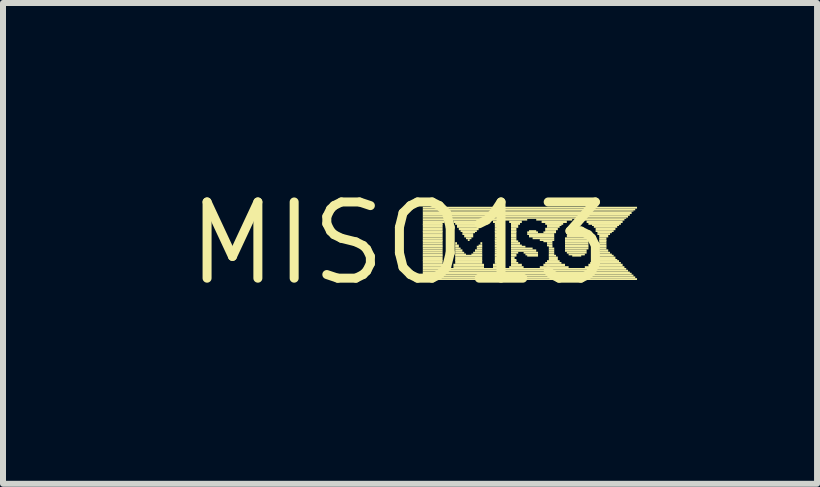
<source format=kicad_pcb>
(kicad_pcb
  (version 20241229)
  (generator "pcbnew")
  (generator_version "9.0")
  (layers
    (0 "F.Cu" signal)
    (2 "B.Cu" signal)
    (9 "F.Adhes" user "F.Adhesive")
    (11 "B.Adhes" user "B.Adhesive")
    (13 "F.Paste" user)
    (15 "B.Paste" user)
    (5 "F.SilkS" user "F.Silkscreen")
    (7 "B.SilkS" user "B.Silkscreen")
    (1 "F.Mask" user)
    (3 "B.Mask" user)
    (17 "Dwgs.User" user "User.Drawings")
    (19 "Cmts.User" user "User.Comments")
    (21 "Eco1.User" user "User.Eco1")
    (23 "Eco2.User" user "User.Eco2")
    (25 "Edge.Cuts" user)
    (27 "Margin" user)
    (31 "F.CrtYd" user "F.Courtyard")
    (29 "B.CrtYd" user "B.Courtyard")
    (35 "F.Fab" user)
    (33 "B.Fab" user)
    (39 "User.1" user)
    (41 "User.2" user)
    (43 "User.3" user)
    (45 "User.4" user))
  (footprint "MISO13"
    (layer "F.Cu")
    (at 3.606 1.006)
    (property "Reference" "MISO13" (at 0 0 0) (layer "F.SilkS") (effects (font (size 1.27 1.27) (thickness 0.15))))
    (attr through_hole)
    (fp_poly (pts (xy 0.39 -0.58) (xy 3.96 -0.58) (xy 3.96 -0.61) (xy 0.39 -0.61)) (stroke (width 0) (type solid)) (fill yes) (layer "F.SilkS"))
    (fp_poly (pts (xy 0.39 -0.55) (xy 3.93 -0.55) (xy 3.93 -0.58) (xy 0.39 -0.58)) (stroke (width 0) (type solid)) (fill yes) (layer "F.SilkS"))
    (fp_poly (pts (xy 0.39 -0.53) (xy 3.9 -0.53) (xy 3.9 -0.55) (xy 0.39 -0.55)) (stroke (width 0) (type solid)) (fill yes) (layer "F.SilkS"))
    (fp_poly (pts (xy 0.39 -0.49) (xy 3.87 -0.49) (xy 3.87 -0.53) (xy 0.39 -0.53)) (stroke (width 0) (type solid)) (fill yes) (layer "F.SilkS"))
    (fp_poly (pts (xy 0.39 -0.46) (xy 3.84 -0.46) (xy 3.84 -0.49) (xy 0.39 -0.49)) (stroke (width 0) (type solid)) (fill yes) (layer "F.SilkS"))
    (fp_poly (pts (xy 0.39 -0.43) (xy 3.81 -0.43) (xy 3.81 -0.46) (xy 0.39 -0.46)) (stroke (width 0) (type solid)) (fill yes) (layer "F.SilkS"))
    (fp_poly (pts (xy 0.39 -0.41) (xy 3.78 -0.41) (xy 3.78 -0.43) (xy 0.39 -0.43)) (stroke (width 0) (type solid)) (fill yes) (layer "F.SilkS"))
    (fp_poly (pts (xy 0.39 -0.38) (xy 2.13 -0.38) (xy 2.13 -0.41) (xy 0.39 -0.41)) (stroke (width 0) (type solid)) (fill yes) (layer "F.SilkS"))
    (fp_poly (pts (xy 0.39 -0.34) (xy 0.75 -0.34) (xy 0.75 -0.38) (xy 0.39 -0.38)) (stroke (width 0) (type solid)) (fill yes) (layer "F.SilkS"))
    (fp_poly (pts (xy 0.39 -0.31) (xy 0.72 -0.31) (xy 0.72 -0.34) (xy 0.39 -0.34)) (stroke (width 0) (type solid)) (fill yes) (layer "F.SilkS"))
    (fp_poly (pts (xy 0.39 -0.29) (xy 0.72 -0.29) (xy 0.72 -0.32) (xy 0.39 -0.32)) (stroke (width 0) (type solid)) (fill yes) (layer "F.SilkS"))
    (fp_poly (pts (xy 0.39 -0.26) (xy 0.72 -0.26) (xy 0.72 -0.29) (xy 0.39 -0.29)) (stroke (width 0) (type solid)) (fill yes) (layer "F.SilkS"))
    (fp_poly (pts (xy 0.39 -0.22) (xy 0.72 -0.22) (xy 0.72 -0.26) (xy 0.39 -0.26)) (stroke (width 0) (type solid)) (fill yes) (layer "F.SilkS"))
    (fp_poly (pts (xy 0.39 -0.19) (xy 0.72 -0.19) (xy 0.72 -0.22) (xy 0.39 -0.22)) (stroke (width 0) (type solid)) (fill yes) (layer "F.SilkS"))
    (fp_poly (pts (xy 0.39 -0.17) (xy 0.72 -0.17) (xy 0.72 -0.2) (xy 0.39 -0.2)) (stroke (width 0) (type solid)) (fill yes) (layer "F.SilkS"))
    (fp_poly (pts (xy 0.39 -0.14) (xy 0.72 -0.14) (xy 0.72 -0.17) (xy 0.39 -0.17)) (stroke (width 0) (type solid)) (fill yes) (layer "F.SilkS"))
    (fp_poly (pts (xy 0.39 -0.1) (xy 0.72 -0.1) (xy 0.72 -0.14) (xy 0.39 -0.14)) (stroke (width 0) (type solid)) (fill yes) (layer "F.SilkS"))
    (fp_poly (pts (xy 0.39 -0.07) (xy 0.72 -0.07) (xy 0.72 -0.1) (xy 0.39 -0.1)) (stroke (width 0) (type solid)) (fill yes) (layer "F.SilkS"))
    (fp_poly (pts (xy 0.39 -0.04) (xy 0.72 -0.04) (xy 0.72 -0.07) (xy 0.39 -0.07)) (stroke (width 0) (type solid)) (fill yes) (layer "F.SilkS"))
    (fp_poly (pts (xy 0.39 -0.02) (xy 0.72 -0.02) (xy 0.72 -0.05) (xy 0.39 -0.05)) (stroke (width 0) (type solid)) (fill yes) (layer "F.SilkS"))
    (fp_poly (pts (xy 0.39 0.02) (xy 0.72 0.02) (xy 0.72 -0.02) (xy 0.39 -0.02)) (stroke (width 0) (type solid)) (fill yes) (layer "F.SilkS"))
    (fp_poly (pts (xy 0.39 0.05) (xy 0.72 0.05) (xy 0.72 0.02) (xy 0.39 0.02)) (stroke (width 0) (type solid)) (fill yes) (layer "F.SilkS"))
    (fp_poly (pts (xy 0.39 0.07) (xy 0.72 0.07) (xy 0.72 0.04) (xy 0.39 0.04)) (stroke (width 0) (type solid)) (fill yes) (layer "F.SilkS"))
    (fp_poly (pts (xy 0.39 0.1) (xy 0.72 0.1) (xy 0.72 0.07) (xy 0.39 0.07)) (stroke (width 0) (type solid)) (fill yes) (layer "F.SilkS"))
    (fp_poly (pts (xy 0.39 0.14) (xy 0.72 0.14) (xy 0.72 0.1) (xy 0.39 0.1)) (stroke (width 0) (type solid)) (fill yes) (layer "F.SilkS"))
    (fp_poly (pts (xy 0.39 0.17) (xy 0.72 0.17) (xy 0.72 0.14) (xy 0.39 0.14)) (stroke (width 0) (type solid)) (fill yes) (layer "F.SilkS"))
    (fp_poly (pts (xy 0.39 0.2) (xy 0.72 0.2) (xy 0.72 0.17) (xy 0.39 0.17)) (stroke (width 0) (type solid)) (fill yes) (layer "F.SilkS"))
    (fp_poly (pts (xy 0.39 0.22) (xy 0.72 0.22) (xy 0.72 0.19) (xy 0.39 0.19)) (stroke (width 0) (type solid)) (fill yes) (layer "F.SilkS"))
    (fp_poly (pts (xy 0.39 0.26) (xy 0.72 0.26) (xy 0.72 0.22) (xy 0.39 0.22)) (stroke (width 0) (type solid)) (fill yes) (layer "F.SilkS"))
    (fp_poly (pts (xy 0.39 0.29) (xy 0.72 0.29) (xy 0.72 0.26) (xy 0.39 0.26)) (stroke (width 0) (type solid)) (fill yes) (layer "F.SilkS"))
    (fp_poly (pts (xy 0.39 0.31) (xy 0.72 0.31) (xy 0.72 0.28) (xy 0.39 0.28)) (stroke (width 0) (type solid)) (fill yes) (layer "F.SilkS"))
    (fp_poly (pts (xy 0.39 0.34) (xy 0.72 0.34) (xy 0.72 0.31) (xy 0.39 0.31)) (stroke (width 0) (type solid)) (fill yes) (layer "F.SilkS"))
    (fp_poly (pts (xy 0.39 0.38) (xy 0.75 0.38) (xy 0.75 0.34) (xy 0.39 0.34)) (stroke (width 0) (type solid)) (fill yes) (layer "F.SilkS"))
    (fp_poly (pts (xy 0.39 0.41) (xy 0.75 0.41) (xy 0.75 0.38) (xy 0.39 0.38)) (stroke (width 0) (type solid)) (fill yes) (layer "F.SilkS"))
    (fp_poly (pts (xy 0.39 0.44) (xy 3.78 0.44) (xy 3.78 0.41) (xy 0.39 0.41)) (stroke (width 0) (type solid)) (fill yes) (layer "F.SilkS"))
    (fp_poly (pts (xy 0.39 0.47) (xy 3.81 0.47) (xy 3.81 0.44) (xy 0.39 0.44)) (stroke (width 0) (type solid)) (fill yes) (layer "F.SilkS"))
    (fp_poly (pts (xy 0.39 0.5) (xy 3.84 0.5) (xy 3.84 0.47) (xy 0.39 0.47)) (stroke (width 0) (type solid)) (fill yes) (layer "F.SilkS"))
    (fp_poly (pts (xy 0.39 0.52) (xy 3.87 0.52) (xy 3.87 0.49) (xy 0.39 0.49)) (stroke (width 0) (type solid)) (fill yes) (layer "F.SilkS"))
    (fp_poly (pts (xy 0.39 0.55) (xy 3.9 0.55) (xy 3.9 0.52) (xy 0.39 0.52)) (stroke (width 0) (type solid)) (fill yes) (layer "F.SilkS"))
    (fp_poly (pts (xy 0.39 0.58) (xy 3.93 0.58) (xy 3.93 0.55) (xy 0.39 0.55)) (stroke (width 0) (type solid)) (fill yes) (layer "F.SilkS"))
    (fp_poly (pts (xy 0.39 0.61) (xy 3.96 0.61) (xy 3.96 0.58) (xy 0.39 0.58)) (stroke (width 0) (type solid)) (fill yes) (layer "F.SilkS"))
    (fp_poly (pts (xy 0.9 -0.34) (xy 1.41 -0.34) (xy 1.41 -0.38) (xy 0.9 -0.38)) (stroke (width 0) (type solid)) (fill yes) (layer "F.SilkS"))
    (fp_poly (pts (xy 0.9 0.38) (xy 1.41 0.38) (xy 1.41 0.34) (xy 0.9 0.34)) (stroke (width 0) (type solid)) (fill yes) (layer "F.SilkS"))
    (fp_poly (pts (xy 0.9 0.41) (xy 1.41 0.41) (xy 1.41 0.38) (xy 0.9 0.38)) (stroke (width 0) (type solid)) (fill yes) (layer "F.SilkS"))
    (fp_poly (pts (xy 0.93 -0.31) (xy 1.38 -0.31) (xy 1.38 -0.34) (xy 0.93 -0.34)) (stroke (width 0) (type solid)) (fill yes) (layer "F.SilkS"))
    (fp_poly (pts (xy 0.93 0.02) (xy 0.96 0.02) (xy 0.96 -0.02) (xy 0.93 -0.02)) (stroke (width 0) (type solid)) (fill yes) (layer "F.SilkS"))
    (fp_poly (pts (xy 0.93 0.05) (xy 0.99 0.05) (xy 0.99 0.02) (xy 0.93 0.02)) (stroke (width 0) (type solid)) (fill yes) (layer "F.SilkS"))
    (fp_poly (pts (xy 0.93 0.07) (xy 0.99 0.07) (xy 0.99 0.04) (xy 0.93 0.04)) (stroke (width 0) (type solid)) (fill yes) (layer "F.SilkS"))
    (fp_poly (pts (xy 0.93 0.1) (xy 1.02 0.1) (xy 1.02 0.07) (xy 0.93 0.07)) (stroke (width 0) (type solid)) (fill yes) (layer "F.SilkS"))
    (fp_poly (pts (xy 0.93 0.14) (xy 1.05 0.14) (xy 1.05 0.1) (xy 0.93 0.1)) (stroke (width 0) (type solid)) (fill yes) (layer "F.SilkS"))
    (fp_poly (pts (xy 0.93 0.17) (xy 1.08 0.17) (xy 1.08 0.14) (xy 0.93 0.14)) (stroke (width 0) (type solid)) (fill yes) (layer "F.SilkS"))
    (fp_poly (pts (xy 0.93 0.2) (xy 1.11 0.2) (xy 1.11 0.17) (xy 0.93 0.17)) (stroke (width 0) (type solid)) (fill yes) (layer "F.SilkS"))
    (fp_poly (pts (xy 0.93 0.22) (xy 1.38 0.22) (xy 1.38 0.19) (xy 0.93 0.19)) (stroke (width 0) (type solid)) (fill yes) (layer "F.SilkS"))
    (fp_poly (pts (xy 0.93 0.26) (xy 1.38 0.26) (xy 1.38 0.22) (xy 0.93 0.22)) (stroke (width 0) (type solid)) (fill yes) (layer "F.SilkS"))
    (fp_poly (pts (xy 0.93 0.29) (xy 1.38 0.29) (xy 1.38 0.26) (xy 0.93 0.26)) (stroke (width 0) (type solid)) (fill yes) (layer "F.SilkS"))
    (fp_poly (pts (xy 0.93 0.31) (xy 1.38 0.31) (xy 1.38 0.28) (xy 0.93 0.28)) (stroke (width 0) (type solid)) (fill yes) (layer "F.SilkS"))
    (fp_poly (pts (xy 0.93 0.34) (xy 1.38 0.34) (xy 1.38 0.31) (xy 0.93 0.31)) (stroke (width 0) (type solid)) (fill yes) (layer "F.SilkS"))
    (fp_poly (pts (xy 0.96 -0.29) (xy 1.35 -0.29) (xy 1.35 -0.32) (xy 0.96 -0.32)) (stroke (width 0) (type solid)) (fill yes) (layer "F.SilkS"))
    (fp_poly (pts (xy 0.96 -0.26) (xy 1.32 -0.26) (xy 1.32 -0.29) (xy 0.96 -0.29)) (stroke (width 0) (type solid)) (fill yes) (layer "F.SilkS"))
    (fp_poly (pts (xy 0.99 -0.22) (xy 1.32 -0.22) (xy 1.32 -0.26) (xy 0.99 -0.26)) (stroke (width 0) (type solid)) (fill yes) (layer "F.SilkS"))
    (fp_poly (pts (xy 1.02 -0.19) (xy 1.29 -0.19) (xy 1.29 -0.22) (xy 1.02 -0.22)) (stroke (width 0) (type solid)) (fill yes) (layer "F.SilkS"))
    (fp_poly (pts (xy 1.05 -0.17) (xy 1.26 -0.17) (xy 1.26 -0.2) (xy 1.05 -0.2)) (stroke (width 0) (type solid)) (fill yes) (layer "F.SilkS"))
    (fp_poly (pts (xy 1.05 -0.14) (xy 1.23 -0.14) (xy 1.23 -0.17) (xy 1.05 -0.17)) (stroke (width 0) (type solid)) (fill yes) (layer "F.SilkS"))
    (fp_poly (pts (xy 1.08 -0.1) (xy 1.23 -0.1) (xy 1.23 -0.14) (xy 1.08 -0.14)) (stroke (width 0) (type solid)) (fill yes) (layer "F.SilkS"))
    (fp_poly (pts (xy 1.11 -0.07) (xy 1.2 -0.07) (xy 1.2 -0.1) (xy 1.11 -0.1)) (stroke (width 0) (type solid)) (fill yes) (layer "F.SilkS"))
    (fp_poly (pts (xy 1.14 -0.04) (xy 1.17 -0.04) (xy 1.17 -0.07) (xy 1.14 -0.07)) (stroke (width 0) (type solid)) (fill yes) (layer "F.SilkS"))
    (fp_poly (pts (xy 1.2 0.2) (xy 1.38 0.2) (xy 1.38 0.17) (xy 1.2 0.17)) (stroke (width 0) (type solid)) (fill yes) (layer "F.SilkS"))
    (fp_poly (pts (xy 1.23 0.17) (xy 1.38 0.17) (xy 1.38 0.14) (xy 1.23 0.14)) (stroke (width 0) (type solid)) (fill yes) (layer "F.SilkS"))
    (fp_poly (pts (xy 1.26 0.14) (xy 1.38 0.14) (xy 1.38 0.1) (xy 1.26 0.1)) (stroke (width 0) (type solid)) (fill yes) (layer "F.SilkS"))
    (fp_poly (pts (xy 1.29 0.07) (xy 1.38 0.07) (xy 1.38 0.04) (xy 1.29 0.04)) (stroke (width 0) (type solid)) (fill yes) (layer "F.SilkS"))
    (fp_poly (pts (xy 1.29 0.1) (xy 1.38 0.1) (xy 1.38 0.07) (xy 1.29 0.07)) (stroke (width 0) (type solid)) (fill yes) (layer "F.SilkS"))
    (fp_poly (pts (xy 1.32 0.05) (xy 1.38 0.05) (xy 1.38 0.02) (xy 1.32 0.02)) (stroke (width 0) (type solid)) (fill yes) (layer "F.SilkS"))
    (fp_poly (pts (xy 1.35 0.02) (xy 1.38 0.02) (xy 1.38 -0.02) (xy 1.35 -0.02)) (stroke (width 0) (type solid)) (fill yes) (layer "F.SilkS"))
    (fp_poly (pts (xy 1.56 -0.34) (xy 1.68 -0.34) (xy 1.68 -0.38) (xy 1.56 -0.38)) (stroke (width 0) (type solid)) (fill yes) (layer "F.SilkS"))
    (fp_poly (pts (xy 1.56 0.38) (xy 1.68 0.38) (xy 1.68 0.34) (xy 1.56 0.34)) (stroke (width 0) (type solid)) (fill yes) (layer "F.SilkS"))
    (fp_poly (pts (xy 1.56 0.41) (xy 1.68 0.41) (xy 1.68 0.38) (xy 1.56 0.38)) (stroke (width 0) (type solid)) (fill yes) (layer "F.SilkS"))
    (fp_poly (pts (xy 1.59 -0.31) (xy 1.68 -0.31) (xy 1.68 -0.34) (xy 1.59 -0.34)) (stroke (width 0) (type solid)) (fill yes) (layer "F.SilkS"))
    (fp_poly (pts (xy 1.59 -0.29) (xy 1.68 -0.29) (xy 1.68 -0.32) (xy 1.59 -0.32)) (stroke (width 0) (type solid)) (fill yes) (layer "F.SilkS"))
    (fp_poly (pts (xy 1.59 -0.26) (xy 1.68 -0.26) (xy 1.68 -0.29) (xy 1.59 -0.29)) (stroke (width 0) (type solid)) (fill yes) (layer "F.SilkS"))
    (fp_poly (pts (xy 1.59 -0.22) (xy 1.68 -0.22) (xy 1.68 -0.26) (xy 1.59 -0.26)) (stroke (width 0) (type solid)) (fill yes) (layer "F.SilkS"))
    (fp_poly (pts (xy 1.59 -0.19) (xy 1.68 -0.19) (xy 1.68 -0.22) (xy 1.59 -0.22)) (stroke (width 0) (type solid)) (fill yes) (layer "F.SilkS"))
    (fp_poly (pts (xy 1.59 -0.17) (xy 1.68 -0.17) (xy 1.68 -0.2) (xy 1.59 -0.2)) (stroke (width 0) (type solid)) (fill yes) (layer "F.SilkS"))
    (fp_poly (pts (xy 1.59 -0.14) (xy 1.68 -0.14) (xy 1.68 -0.17) (xy 1.59 -0.17)) (stroke (width 0) (type solid)) (fill yes) (layer "F.SilkS"))
    (fp_poly (pts (xy 1.59 -0.1) (xy 1.68 -0.1) (xy 1.68 -0.14) (xy 1.59 -0.14)) (stroke (width 0) (type solid)) (fill yes) (layer "F.SilkS"))
    (fp_poly (pts (xy 1.59 -0.07) (xy 1.68 -0.07) (xy 1.68 -0.1) (xy 1.59 -0.1)) (stroke (width 0) (type solid)) (fill yes) (layer "F.SilkS"))
    (fp_poly (pts (xy 1.59 -0.04) (xy 1.68 -0.04) (xy 1.68 -0.07) (xy 1.59 -0.07)) (stroke (width 0) (type solid)) (fill yes) (layer "F.SilkS"))
    (fp_poly (pts (xy 1.59 -0.02) (xy 1.68 -0.02) (xy 1.68 -0.05) (xy 1.59 -0.05)) (stroke (width 0) (type solid)) (fill yes) (layer "F.SilkS"))
    (fp_poly (pts (xy 1.59 0.02) (xy 1.68 0.02) (xy 1.68 -0.02) (xy 1.59 -0.02)) (stroke (width 0) (type solid)) (fill yes) (layer "F.SilkS"))
    (fp_poly (pts (xy 1.59 0.05) (xy 1.68 0.05) (xy 1.68 0.02) (xy 1.59 0.02)) (stroke (width 0) (type solid)) (fill yes) (layer "F.SilkS"))
    (fp_poly (pts (xy 1.59 0.07) (xy 1.68 0.07) (xy 1.68 0.04) (xy 1.59 0.04)) (stroke (width 0) (type solid)) (fill yes) (layer "F.SilkS"))
    (fp_poly (pts (xy 1.59 0.1) (xy 1.68 0.1) (xy 1.68 0.07) (xy 1.59 0.07)) (stroke (width 0) (type solid)) (fill yes) (layer "F.SilkS"))
    (fp_poly (pts (xy 1.59 0.14) (xy 1.68 0.14) (xy 1.68 0.1) (xy 1.59 0.1)) (stroke (width 0) (type solid)) (fill yes) (layer "F.SilkS"))
    (fp_poly (pts (xy 1.59 0.17) (xy 1.68 0.17) (xy 1.68 0.14) (xy 1.59 0.14)) (stroke (width 0) (type solid)) (fill yes) (layer "F.SilkS"))
    (fp_poly (pts (xy 1.59 0.2) (xy 1.68 0.2) (xy 1.68 0.17) (xy 1.59 0.17)) (stroke (width 0) (type solid)) (fill yes) (layer "F.SilkS"))
    (fp_poly (pts (xy 1.59 0.22) (xy 1.68 0.22) (xy 1.68 0.19) (xy 1.59 0.19)) (stroke (width 0) (type solid)) (fill yes) (layer "F.SilkS"))
    (fp_poly (pts (xy 1.59 0.26) (xy 1.68 0.26) (xy 1.68 0.22) (xy 1.59 0.22)) (stroke (width 0) (type solid)) (fill yes) (layer "F.SilkS"))
    (fp_poly (pts (xy 1.59 0.29) (xy 1.68 0.29) (xy 1.68 0.26) (xy 1.59 0.26)) (stroke (width 0) (type solid)) (fill yes) (layer "F.SilkS"))
    (fp_poly (pts (xy 1.59 0.31) (xy 1.68 0.31) (xy 1.68 0.28) (xy 1.59 0.28)) (stroke (width 0) (type solid)) (fill yes) (layer "F.SilkS"))
    (fp_poly (pts (xy 1.59 0.34) (xy 1.68 0.34) (xy 1.68 0.31) (xy 1.59 0.31)) (stroke (width 0) (type solid)) (fill yes) (layer "F.SilkS"))
    (fp_poly (pts (xy 1.83 -0.34) (xy 2.04 -0.34) (xy 2.04 -0.38) (xy 1.83 -0.38)) (stroke (width 0) (type solid)) (fill yes) (layer "F.SilkS"))
    (fp_poly (pts (xy 1.83 0.41) (xy 2.07 0.41) (xy 2.07 0.38) (xy 1.83 0.38)) (stroke (width 0) (type solid)) (fill yes) (layer "F.SilkS"))
    (fp_poly (pts (xy 1.86 -0.31) (xy 2.01 -0.31) (xy 2.01 -0.34) (xy 1.86 -0.34)) (stroke (width 0) (type solid)) (fill yes) (layer "F.SilkS"))
    (fp_poly (pts (xy 1.86 -0.29) (xy 1.98 -0.29) (xy 1.98 -0.32) (xy 1.86 -0.32)) (stroke (width 0) (type solid)) (fill yes) (layer "F.SilkS"))
    (fp_poly (pts (xy 1.86 -0.26) (xy 1.98 -0.26) (xy 1.98 -0.29) (xy 1.86 -0.29)) (stroke (width 0) (type solid)) (fill yes) (layer "F.SilkS"))
    (fp_poly (pts (xy 1.86 -0.22) (xy 1.95 -0.22) (xy 1.95 -0.26) (xy 1.86 -0.26)) (stroke (width 0) (type solid)) (fill yes) (layer "F.SilkS"))
    (fp_poly (pts (xy 1.86 -0.19) (xy 1.95 -0.19) (xy 1.95 -0.22) (xy 1.86 -0.22)) (stroke (width 0) (type solid)) (fill yes) (layer "F.SilkS"))
    (fp_poly (pts (xy 1.86 -0.17) (xy 1.95 -0.17) (xy 1.95 -0.2) (xy 1.86 -0.2)) (stroke (width 0) (type solid)) (fill yes) (layer "F.SilkS"))
    (fp_poly (pts (xy 1.86 -0.14) (xy 1.95 -0.14) (xy 1.95 -0.17) (xy 1.86 -0.17)) (stroke (width 0) (type solid)) (fill yes) (layer "F.SilkS"))
    (fp_poly (pts (xy 1.86 -0.1) (xy 1.95 -0.1) (xy 1.95 -0.14) (xy 1.86 -0.14)) (stroke (width 0) (type solid)) (fill yes) (layer "F.SilkS"))
    (fp_poly (pts (xy 1.86 -0.07) (xy 1.95 -0.07) (xy 1.95 -0.1) (xy 1.86 -0.1)) (stroke (width 0) (type solid)) (fill yes) (layer "F.SilkS"))
    (fp_poly (pts (xy 1.86 -0.04) (xy 1.95 -0.04) (xy 1.95 -0.07) (xy 1.86 -0.07)) (stroke (width 0) (type solid)) (fill yes) (layer "F.SilkS"))
    (fp_poly (pts (xy 1.86 -0.02) (xy 1.98 -0.02) (xy 1.98 -0.05) (xy 1.86 -0.05)) (stroke (width 0) (type solid)) (fill yes) (layer "F.SilkS"))
    (fp_poly (pts (xy 1.86 0.02) (xy 2.01 0.02) (xy 2.01 -0.02) (xy 1.86 -0.02)) (stroke (width 0) (type solid)) (fill yes) (layer "F.SilkS"))
    (fp_poly (pts (xy 1.86 0.05) (xy 2.04 0.05) (xy 2.04 0.02) (xy 1.86 0.02)) (stroke (width 0) (type solid)) (fill yes) (layer "F.SilkS"))
    (fp_poly (pts (xy 1.86 0.07) (xy 2.1 0.07) (xy 2.1 0.04) (xy 1.86 0.04)) (stroke (width 0) (type solid)) (fill yes) (layer "F.SilkS"))
    (fp_poly (pts (xy 1.86 0.1) (xy 2.22 0.1) (xy 2.22 0.07) (xy 1.86 0.07)) (stroke (width 0) (type solid)) (fill yes) (layer "F.SilkS"))
    (fp_poly (pts (xy 1.86 0.14) (xy 2.28 0.14) (xy 2.28 0.1) (xy 1.86 0.1)) (stroke (width 0) (type solid)) (fill yes) (layer "F.SilkS"))
    (fp_poly (pts (xy 1.86 0.17) (xy 1.98 0.17) (xy 1.98 0.14) (xy 1.86 0.14)) (stroke (width 0) (type solid)) (fill yes) (layer "F.SilkS"))
    (fp_poly (pts (xy 1.86 0.2) (xy 1.95 0.2) (xy 1.95 0.17) (xy 1.86 0.17)) (stroke (width 0) (type solid)) (fill yes) (layer "F.SilkS"))
    (fp_poly (pts (xy 1.86 0.22) (xy 1.95 0.22) (xy 1.95 0.19) (xy 1.86 0.19)) (stroke (width 0) (type solid)) (fill yes) (layer "F.SilkS"))
    (fp_poly (pts (xy 1.86 0.26) (xy 1.92 0.26) (xy 1.92 0.22) (xy 1.86 0.22)) (stroke (width 0) (type solid)) (fill yes) (layer "F.SilkS"))
    (fp_poly (pts (xy 1.86 0.29) (xy 1.95 0.29) (xy 1.95 0.26) (xy 1.86 0.26)) (stroke (width 0) (type solid)) (fill yes) (layer "F.SilkS"))
    (fp_poly (pts (xy 1.86 0.31) (xy 1.95 0.31) (xy 1.95 0.28) (xy 1.86 0.28)) (stroke (width 0) (type solid)) (fill yes) (layer "F.SilkS"))
    (fp_poly (pts (xy 1.86 0.34) (xy 1.98 0.34) (xy 1.98 0.31) (xy 1.86 0.31)) (stroke (width 0) (type solid)) (fill yes) (layer "F.SilkS"))
    (fp_poly (pts (xy 1.86 0.38) (xy 2.04 0.38) (xy 2.04 0.34) (xy 1.86 0.34)) (stroke (width 0) (type solid)) (fill yes) (layer "F.SilkS"))
    (fp_poly (pts (xy 2.07 0.17) (xy 2.31 0.17) (xy 2.31 0.14) (xy 2.07 0.14)) (stroke (width 0) (type solid)) (fill yes) (layer "F.SilkS"))
    (fp_poly (pts (xy 2.1 0.2) (xy 2.31 0.2) (xy 2.31 0.17) (xy 2.1 0.17)) (stroke (width 0) (type solid)) (fill yes) (layer "F.SilkS"))
    (fp_poly (pts (xy 2.13 -0.17) (xy 2.31 -0.17) (xy 2.31 -0.2) (xy 2.13 -0.2)) (stroke (width 0) (type solid)) (fill yes) (layer "F.SilkS"))
    (fp_poly (pts (xy 2.13 -0.14) (xy 2.58 -0.14) (xy 2.58 -0.17) (xy 2.13 -0.17)) (stroke (width 0) (type solid)) (fill yes) (layer "F.SilkS"))
    (fp_poly (pts (xy 2.13 0.22) (xy 2.31 0.22) (xy 2.31 0.19) (xy 2.13 0.19)) (stroke (width 0) (type solid)) (fill yes) (layer "F.SilkS"))
    (fp_poly (pts (xy 2.16 -0.19) (xy 2.28 -0.19) (xy 2.28 -0.22) (xy 2.16 -0.22)) (stroke (width 0) (type solid)) (fill yes) (layer "F.SilkS"))
    (fp_poly (pts (xy 2.16 -0.1) (xy 2.58 -0.1) (xy 2.58 -0.14) (xy 2.16 -0.14)) (stroke (width 0) (type solid)) (fill yes) (layer "F.SilkS"))
    (fp_poly (pts (xy 2.22 -0.07) (xy 2.58 -0.07) (xy 2.58 -0.1) (xy 2.22 -0.1)) (stroke (width 0) (type solid)) (fill yes) (layer "F.SilkS"))
    (fp_poly (pts (xy 2.28 -0.38) (xy 2.88 -0.38) (xy 2.88 -0.41) (xy 2.28 -0.41)) (stroke (width 0) (type solid)) (fill yes) (layer "F.SilkS"))
    (fp_poly (pts (xy 2.34 -0.04) (xy 2.58 -0.04) (xy 2.58 -0.07) (xy 2.34 -0.07)) (stroke (width 0) (type solid)) (fill yes) (layer "F.SilkS"))
    (fp_poly (pts (xy 2.34 0.41) (xy 2.82 0.41) (xy 2.82 0.38) (xy 2.34 0.38)) (stroke (width 0) (type solid)) (fill yes) (layer "F.SilkS"))
    (fp_poly (pts (xy 2.37 -0.34) (xy 2.79 -0.34) (xy 2.79 -0.38) (xy 2.37 -0.38)) (stroke (width 0) (type solid)) (fill yes) (layer "F.SilkS"))
    (fp_poly (pts (xy 2.4 -0.17) (xy 2.61 -0.17) (xy 2.61 -0.2) (xy 2.4 -0.2)) (stroke (width 0) (type solid)) (fill yes) (layer "F.SilkS"))
    (fp_poly (pts (xy 2.4 -0.02) (xy 2.55 -0.02) (xy 2.55 -0.05) (xy 2.4 -0.05)) (stroke (width 0) (type solid)) (fill yes) (layer "F.SilkS"))
    (fp_poly (pts (xy 2.4 0.38) (xy 2.76 0.38) (xy 2.76 0.34) (xy 2.4 0.34)) (stroke (width 0) (type solid)) (fill yes) (layer "F.SilkS"))
    (fp_poly (pts (xy 2.43 -0.31) (xy 2.73 -0.31) (xy 2.73 -0.34) (xy 2.43 -0.34)) (stroke (width 0) (type solid)) (fill yes) (layer "F.SilkS"))
    (fp_poly (pts (xy 2.43 -0.22) (xy 2.64 -0.22) (xy 2.64 -0.26) (xy 2.43 -0.26)) (stroke (width 0) (type solid)) (fill yes) (layer "F.SilkS"))
    (fp_poly (pts (xy 2.43 -0.19) (xy 2.61 -0.19) (xy 2.61 -0.22) (xy 2.43 -0.22)) (stroke (width 0) (type solid)) (fill yes) (layer "F.SilkS"))
    (fp_poly (pts (xy 2.43 0.34) (xy 2.7 0.34) (xy 2.7 0.31) (xy 2.43 0.31)) (stroke (width 0) (type solid)) (fill yes) (layer "F.SilkS"))
    (fp_poly (pts (xy 2.46 -0.29) (xy 2.7 -0.29) (xy 2.7 -0.32) (xy 2.46 -0.32)) (stroke (width 0) (type solid)) (fill yes) (layer "F.SilkS"))
    (fp_poly (pts (xy 2.46 -0.26) (xy 2.67 -0.26) (xy 2.67 -0.29) (xy 2.46 -0.29)) (stroke (width 0) (type solid)) (fill yes) (layer "F.SilkS"))
    (fp_poly (pts (xy 2.46 0.02) (xy 2.55 0.02) (xy 2.55 -0.02) (xy 2.46 -0.02)) (stroke (width 0) (type solid)) (fill yes) (layer "F.SilkS"))
    (fp_poly (pts (xy 2.46 0.05) (xy 2.55 0.05) (xy 2.55 0.02) (xy 2.46 0.02)) (stroke (width 0) (type solid)) (fill yes) (layer "F.SilkS"))
    (fp_poly (pts (xy 2.46 0.31) (xy 2.67 0.31) (xy 2.67 0.28) (xy 2.46 0.28)) (stroke (width 0) (type solid)) (fill yes) (layer "F.SilkS"))
    (fp_poly (pts (xy 2.49 0.07) (xy 2.55 0.07) (xy 2.55 0.04) (xy 2.49 0.04)) (stroke (width 0) (type solid)) (fill yes) (layer "F.SilkS"))
    (fp_poly (pts (xy 2.49 0.1) (xy 2.58 0.1) (xy 2.58 0.07) (xy 2.49 0.07)) (stroke (width 0) (type solid)) (fill yes) (layer "F.SilkS"))
    (fp_poly (pts (xy 2.49 0.14) (xy 2.58 0.14) (xy 2.58 0.1) (xy 2.49 0.1)) (stroke (width 0) (type solid)) (fill yes) (layer "F.SilkS"))
    (fp_poly (pts (xy 2.49 0.17) (xy 2.58 0.17) (xy 2.58 0.14) (xy 2.49 0.14)) (stroke (width 0) (type solid)) (fill yes) (layer "F.SilkS"))
    (fp_poly (pts (xy 2.49 0.2) (xy 2.58 0.2) (xy 2.58 0.17) (xy 2.49 0.17)) (stroke (width 0) (type solid)) (fill yes) (layer "F.SilkS"))
    (fp_poly (pts (xy 2.49 0.22) (xy 2.61 0.22) (xy 2.61 0.19) (xy 2.49 0.19)) (stroke (width 0) (type solid)) (fill yes) (layer "F.SilkS"))
    (fp_poly (pts (xy 2.49 0.26) (xy 2.64 0.26) (xy 2.64 0.22) (xy 2.49 0.22)) (stroke (width 0) (type solid)) (fill yes) (layer "F.SilkS"))
    (fp_poly (pts (xy 2.49 0.29) (xy 2.64 0.29) (xy 2.64 0.26) (xy 2.49 0.26)) (stroke (width 0) (type solid)) (fill yes) (layer "F.SilkS"))
    (fp_poly (pts (xy 2.76 -0.07) (xy 3.12 -0.07) (xy 3.12 -0.1) (xy 2.76 -0.1)) (stroke (width 0) (type solid)) (fill yes) (layer "F.SilkS"))
    (fp_poly (pts (xy 2.76 -0.04) (xy 3.15 -0.04) (xy 3.15 -0.07) (xy 2.76 -0.07)) (stroke (width 0) (type solid)) (fill yes) (layer "F.SilkS"))
    (fp_poly (pts (xy 2.76 -0.02) (xy 3.15 -0.02) (xy 3.15 -0.05) (xy 2.76 -0.05)) (stroke (width 0) (type solid)) (fill yes) (layer "F.SilkS"))
    (fp_poly (pts (xy 2.76 0.02) (xy 3.15 0.02) (xy 3.15 -0.02) (xy 2.76 -0.02)) (stroke (width 0) (type solid)) (fill yes) (layer "F.SilkS"))
    (fp_poly (pts (xy 2.76 0.05) (xy 3.15 0.05) (xy 3.15 0.02) (xy 2.76 0.02)) (stroke (width 0) (type solid)) (fill yes) (layer "F.SilkS"))
    (fp_poly (pts (xy 2.76 0.07) (xy 3.15 0.07) (xy 3.15 0.04) (xy 2.76 0.04)) (stroke (width 0) (type solid)) (fill yes) (layer "F.SilkS"))
    (fp_poly (pts (xy 2.76 0.1) (xy 3.15 0.1) (xy 3.15 0.07) (xy 2.76 0.07)) (stroke (width 0) (type solid)) (fill yes) (layer "F.SilkS"))
    (fp_poly (pts (xy 2.76 0.14) (xy 3.12 0.14) (xy 3.12 0.1) (xy 2.76 0.1)) (stroke (width 0) (type solid)) (fill yes) (layer "F.SilkS"))
    (fp_poly (pts (xy 2.79 -0.1) (xy 3.12 -0.1) (xy 3.12 -0.14) (xy 2.79 -0.14)) (stroke (width 0) (type solid)) (fill yes) (layer "F.SilkS"))
    (fp_poly (pts (xy 2.79 0.17) (xy 3.12 0.17) (xy 3.12 0.14) (xy 2.79 0.14)) (stroke (width 0) (type solid)) (fill yes) (layer "F.SilkS"))
    (fp_poly (pts (xy 2.82 -0.14) (xy 3.09 -0.14) (xy 3.09 -0.17) (xy 2.82 -0.17)) (stroke (width 0) (type solid)) (fill yes) (layer "F.SilkS"))
    (fp_poly (pts (xy 2.82 0.2) (xy 3.09 0.2) (xy 3.09 0.17) (xy 2.82 0.17)) (stroke (width 0) (type solid)) (fill yes) (layer "F.SilkS"))
    (fp_poly (pts (xy 2.85 -0.17) (xy 3.03 -0.17) (xy 3.03 -0.2) (xy 2.85 -0.2)) (stroke (width 0) (type solid)) (fill yes) (layer "F.SilkS"))
    (fp_poly (pts (xy 2.88 0.22) (xy 3.03 0.22) (xy 3.03 0.19) (xy 2.88 0.19)) (stroke (width 0) (type solid)) (fill yes) (layer "F.SilkS"))
    (fp_poly (pts (xy 3 -0.38) (xy 3.75 -0.38) (xy 3.75 -0.41) (xy 3 -0.41)) (stroke (width 0) (type solid)) (fill yes) (layer "F.SilkS"))
    (fp_poly (pts (xy 3.09 0.41) (xy 3.75 0.41) (xy 3.75 0.38) (xy 3.09 0.38)) (stroke (width 0) (type solid)) (fill yes) (layer "F.SilkS"))
    (fp_poly (pts (xy 3.12 -0.34) (xy 3.72 -0.34) (xy 3.72 -0.38) (xy 3.12 -0.38)) (stroke (width 0) (type solid)) (fill yes) (layer "F.SilkS"))
    (fp_poly (pts (xy 3.15 -0.31) (xy 3.69 -0.31) (xy 3.69 -0.34) (xy 3.15 -0.34)) (stroke (width 0) (type solid)) (fill yes) (layer "F.SilkS"))
    (fp_poly (pts (xy 3.15 0.38) (xy 3.72 0.38) (xy 3.72 0.34) (xy 3.15 0.34)) (stroke (width 0) (type solid)) (fill yes) (layer "F.SilkS"))
    (fp_poly (pts (xy 3.18 0.34) (xy 3.69 0.34) (xy 3.69 0.31) (xy 3.18 0.31)) (stroke (width 0) (type solid)) (fill yes) (layer "F.SilkS"))
    (fp_poly (pts (xy 3.21 -0.29) (xy 3.66 -0.29) (xy 3.66 -0.32) (xy 3.21 -0.32)) (stroke (width 0) (type solid)) (fill yes) (layer "F.SilkS"))
    (fp_poly (pts (xy 3.21 0.31) (xy 3.66 0.31) (xy 3.66 0.28) (xy 3.21 0.28)) (stroke (width 0) (type solid)) (fill yes) (layer "F.SilkS"))
    (fp_poly (pts (xy 3.24 -0.26) (xy 3.63 -0.26) (xy 3.63 -0.29) (xy 3.24 -0.29)) (stroke (width 0) (type solid)) (fill yes) (layer "F.SilkS"))
    (fp_poly (pts (xy 3.24 0.29) (xy 3.63 0.29) (xy 3.63 0.26) (xy 3.24 0.26)) (stroke (width 0) (type solid)) (fill yes) (layer "F.SilkS"))
    (fp_poly (pts (xy 3.27 -0.22) (xy 3.6 -0.22) (xy 3.6 -0.26) (xy 3.27 -0.26)) (stroke (width 0) (type solid)) (fill yes) (layer "F.SilkS"))
    (fp_poly (pts (xy 3.27 -0.19) (xy 3.57 -0.19) (xy 3.57 -0.22) (xy 3.27 -0.22)) (stroke (width 0) (type solid)) (fill yes) (layer "F.SilkS"))
    (fp_poly (pts (xy 3.27 0.26) (xy 3.6 0.26) (xy 3.6 0.22) (xy 3.27 0.22)) (stroke (width 0) (type solid)) (fill yes) (layer "F.SilkS"))
    (fp_poly (pts (xy 3.3 -0.17) (xy 3.54 -0.17) (xy 3.54 -0.2) (xy 3.3 -0.2)) (stroke (width 0) (type solid)) (fill yes) (layer "F.SilkS"))
    (fp_poly (pts (xy 3.3 -0.14) (xy 3.51 -0.14) (xy 3.51 -0.17) (xy 3.3 -0.17)) (stroke (width 0) (type solid)) (fill yes) (layer "F.SilkS"))
    (fp_poly (pts (xy 3.3 0.17) (xy 3.51 0.17) (xy 3.51 0.14) (xy 3.3 0.14)) (stroke (width 0) (type solid)) (fill yes) (layer "F.SilkS"))
    (fp_poly (pts (xy 3.3 0.2) (xy 3.54 0.2) (xy 3.54 0.17) (xy 3.3 0.17)) (stroke (width 0) (type solid)) (fill yes) (layer "F.SilkS"))
    (fp_poly (pts (xy 3.3 0.22) (xy 3.57 0.22) (xy 3.57 0.19) (xy 3.3 0.19)) (stroke (width 0) (type solid)) (fill yes) (layer "F.SilkS"))
    (fp_poly (pts (xy 3.33 -0.1) (xy 3.48 -0.1) (xy 3.48 -0.14) (xy 3.33 -0.14)) (stroke (width 0) (type solid)) (fill yes) (layer "F.SilkS"))
    (fp_poly (pts (xy 3.33 -0.07) (xy 3.45 -0.07) (xy 3.45 -0.1) (xy 3.33 -0.1)) (stroke (width 0) (type solid)) (fill yes) (layer "F.SilkS"))
    (fp_poly (pts (xy 3.33 -0.04) (xy 3.45 -0.04) (xy 3.45 -0.07) (xy 3.33 -0.07)) (stroke (width 0) (type solid)) (fill yes) (layer "F.SilkS"))
    (fp_poly (pts (xy 3.33 -0.02) (xy 3.45 -0.02) (xy 3.45 -0.05) (xy 3.33 -0.05)) (stroke (width 0) (type solid)) (fill yes) (layer "F.SilkS"))
    (fp_poly (pts (xy 3.33 0.02) (xy 3.45 0.02) (xy 3.45 -0.02) (xy 3.33 -0.02)) (stroke (width 0) (type solid)) (fill yes) (layer "F.SilkS"))
    (fp_poly (pts (xy 3.33 0.05) (xy 3.45 0.05) (xy 3.45 0.02) (xy 3.33 0.02)) (stroke (width 0) (type solid)) (fill yes) (layer "F.SilkS"))
    (fp_poly (pts (xy 3.33 0.07) (xy 3.45 0.07) (xy 3.45 0.04) (xy 3.33 0.04)) (stroke (width 0) (type solid)) (fill yes) (layer "F.SilkS"))
    (fp_poly (pts (xy 3.33 0.1) (xy 3.45 0.1) (xy 3.45 0.07) (xy 3.33 0.07)) (stroke (width 0) (type solid)) (fill yes) (layer "F.SilkS"))
    (fp_poly (pts (xy 3.33 0.14) (xy 3.48 0.14) (xy 3.48 0.1) (xy 3.33 0.1)) (stroke (width 0) (type solid)) (fill yes) (layer "F.SilkS")))
  (gr_rect
    (start -3 -3)
    (end 10.566 5.012)
    (stroke (width 0.1) (type default))
    (fill no)
    (layer "Edge.Cuts")))
</source>
